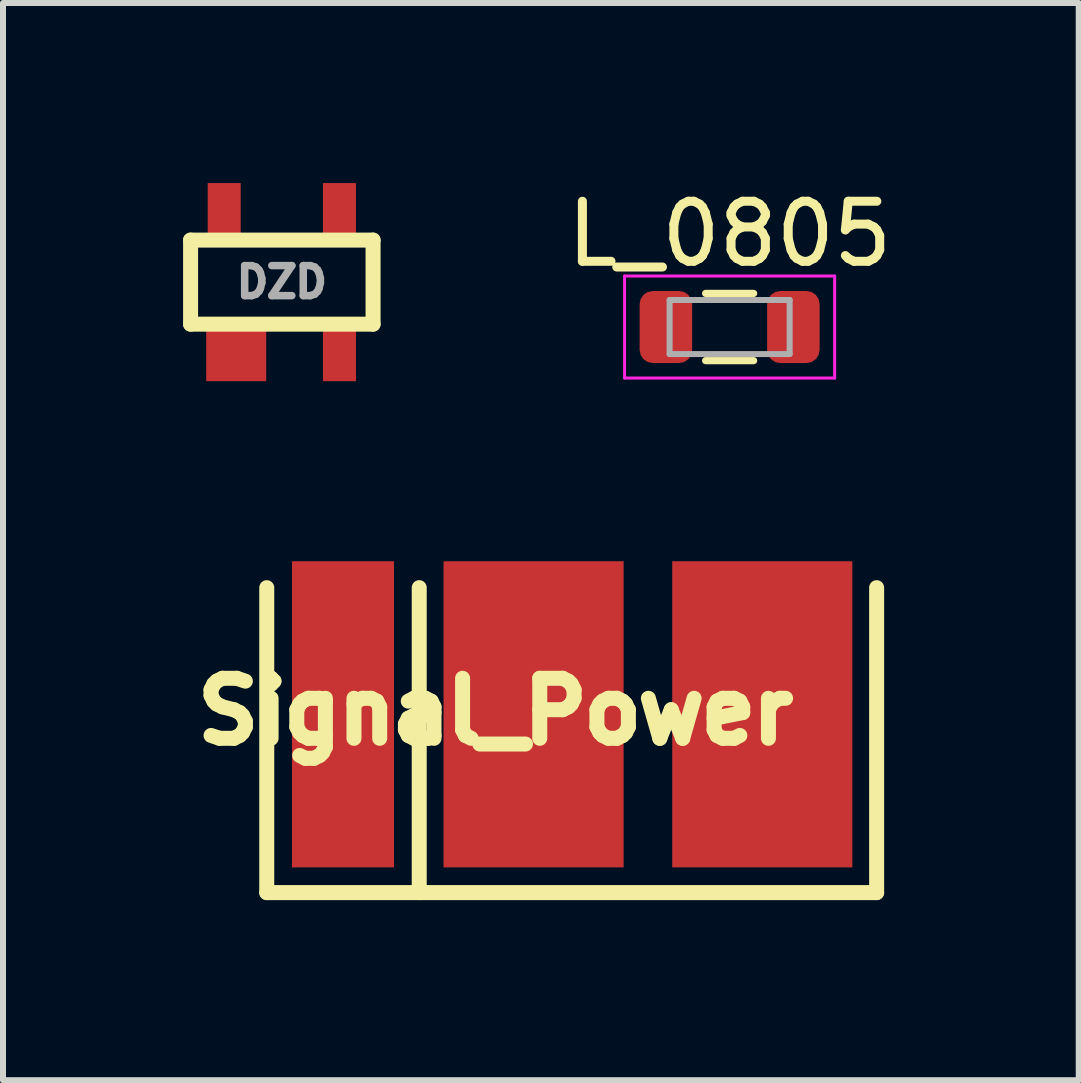
<source format=kicad_pcb>
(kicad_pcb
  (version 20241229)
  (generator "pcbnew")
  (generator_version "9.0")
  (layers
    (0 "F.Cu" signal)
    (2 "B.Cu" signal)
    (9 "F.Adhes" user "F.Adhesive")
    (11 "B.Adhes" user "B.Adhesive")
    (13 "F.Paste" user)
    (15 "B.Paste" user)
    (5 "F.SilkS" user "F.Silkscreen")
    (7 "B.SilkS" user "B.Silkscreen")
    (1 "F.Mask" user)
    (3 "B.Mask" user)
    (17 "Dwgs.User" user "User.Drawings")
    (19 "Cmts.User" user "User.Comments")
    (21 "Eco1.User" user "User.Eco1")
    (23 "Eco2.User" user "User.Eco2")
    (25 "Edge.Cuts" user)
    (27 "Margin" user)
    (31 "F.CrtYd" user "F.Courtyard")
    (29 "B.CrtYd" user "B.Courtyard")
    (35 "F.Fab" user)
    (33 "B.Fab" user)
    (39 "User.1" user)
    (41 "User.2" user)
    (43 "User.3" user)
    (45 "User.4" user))
  (footprint "Signal_Power"
    (layer "F.Cu")
    (at 3.934 10.55)
    (property "Reference" "Signal_Power" (at 1.27 -1.75 0) (layer "F.SilkS") (effects (font (size 1 1) (thickness 0.25))))
    (attr through_hole)
    (fp_line (start -2.54 -3.81) (end -2.54 1.27) (stroke (width 0.25) (type solid)) (layer "F.SilkS"))
    (fp_line (start -2.54 1.27) (end 7.62 1.27) (stroke (width 0.25) (type solid)) (layer "F.SilkS"))
    (fp_line (start 0 -3.81) (end 0 1.27) (stroke (width 0.25) (type solid)) (layer "F.SilkS"))
    (fp_line (start 7.62 1.27) (end 7.62 -3.81) (stroke (width 0.25) (type solid)) (layer "F.SilkS"))
    (pad "1" smd rect (at -1.27 -1.7) (size 1.7 5.1) (layers "F.Cu" "F.Mask"))
    (pad "2" smd rect (at 1.905 -1.7) (size 3 5.1) (layers "F.Cu" "F.Mask"))
    (pad "3" smd rect (at 5.715 -1.7) (size 3 5.1) (layers "F.Cu" "F.Mask")))
  (footprint "L_0805"
    (layer "F.Cu")
    (at 9.105 2.398)
    (property "Reference" "L_0805" (at 0 -1.55 0) (layer "F.SilkS") (effects (font (size 1 1) (thickness 0.15))))
    (attr smd)
    (fp_line (start -0.4 -0.56) (end 0.4 -0.56) (stroke (width 0.12) (type solid)) (layer "F.SilkS"))
    (fp_line (start -0.4 0.56) (end 0.4 0.56) (stroke (width 0.12) (type solid)) (layer "F.SilkS"))
    (fp_line (start -1.75 -0.85) (end 1.75 -0.85) (stroke (width 0.05) (type solid)) (layer "F.CrtYd"))
    (fp_line (start -1.75 0.85) (end -1.75 -0.85) (stroke (width 0.05) (type solid)) (layer "F.CrtYd"))
    (fp_line (start 1.75 -0.85) (end 1.75 0.85) (stroke (width 0.05) (type solid)) (layer "F.CrtYd"))
    (fp_line (start 1.75 0.85) (end -1.75 0.85) (stroke (width 0.05) (type solid)) (layer "F.CrtYd"))
    (fp_line (start -1 -0.45) (end 1 -0.45) (stroke (width 0.1) (type solid)) (layer "F.Fab"))
    (fp_line (start -1 0.45) (end -1 -0.45) (stroke (width 0.1) (type solid)) (layer "F.Fab"))
    (fp_line (start 1 -0.45) (end 1 0.45) (stroke (width 0.1) (type solid)) (layer "F.Fab"))
    (fp_line (start 1 0.45) (end -1 0.45) (stroke (width 0.1) (type solid)) (layer "F.Fab"))
    (pad "1" smd roundrect (at -1.062 0) (size 0.875 1.2) (layers "F.Cu" "F.Mask" "F.Paste") (roundrect_rratio 0.25))
    (pad "2" smd roundrect (at 1.062 0) (size 0.875 1.2) (layers "F.Cu" "F.Mask" "F.Paste") (roundrect_rratio 0.25)))
  (footprint "DZD"
    (layer "F.Cu")
    (at 1.645 1.65)
    (property "Reference" "DZD" (at 0 0 0) (layer "F.Fab") (effects (font (size 0.5 0.5) (thickness 0.125))))
    (attr through_hole)
    (fp_line (start -1.52 -0.7) (end -1.52 0.7) (stroke (width 0.25) (type solid)) (layer "F.SilkS"))
    (fp_line (start -1.52 -0.7) (end 1.52 -0.7) (stroke (width 0.25) (type solid)) (layer "F.SilkS"))
    (fp_line (start -1.52 0.7) (end 1.52 0.7) (stroke (width 0.25) (type solid)) (layer "F.SilkS"))
    (fp_line (start 1.52 0.7) (end 1.52 -0.7) (stroke (width 0.25) (type solid)) (layer "F.SilkS"))
    (pad "1" smd rect (at -0.76 1.15) (size 1 1) (layers "F.Cu" "F.Mask" "F.Paste"))
    (pad "2" smd rect (at 0.96 1.15) (size 0.55 1) (layers "F.Cu" "F.Mask" "F.Paste"))
    (pad "3" smd rect (at 0.96 -1.15) (size 0.55 1) (layers "F.Cu" "F.Mask" "F.Paste"))
    (pad "4" smd rect (at -0.96 -1.15) (size 0.55 1) (layers "F.Cu" "F.Mask" "F.Paste")))
  (gr_rect
    (start -3 -3)
    (end 14.921 14.945)
    (stroke (width 0.1) (type default))
    (fill no)
    (layer "Edge.Cuts")))
</source>
